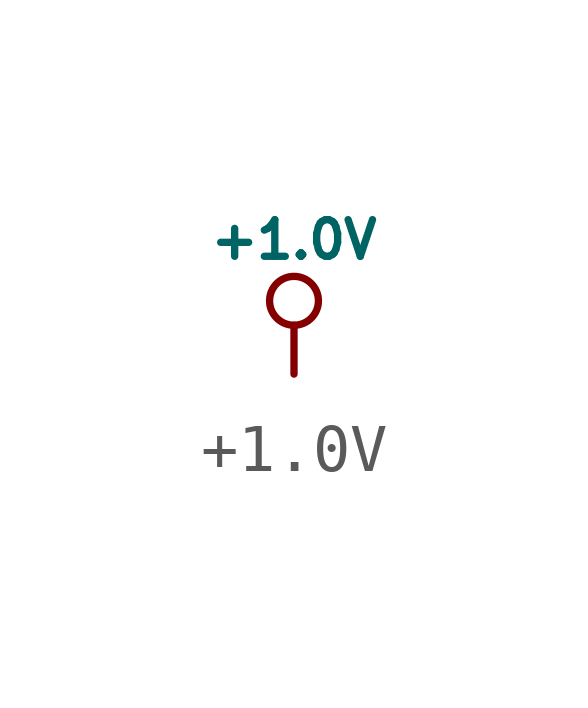
<source format=kicad_sym>
(kicad_symbol_lib
  (version 20231120)
  (generator "kicad_symbol_editor")
  (generator_version "8.0")
  (symbol "+1.0V"
    (power)
    (pin_names
      (offset 0))
    (property "Reference" "#PWR"
      (at 0 -1.016 0)
      (effects (font (size 0.762 0.762)) (hide yes)))
    (property "Value" "+1.0V"
      (at 0 2.794 0)
      (effects (font (size 0.762 0.762))))
    (symbol "+1.0V_0_0"
      (pin power_in line (at 0 0 90) (length 0) hide (name "+1.0V" (effects (font (size 0.762 0.762)))) (number "1" (effects (font (size 0.762 0.762))))))
    (symbol "+1.0V_0_1"
      (polyline (pts (xy 0 0) (xy 0 1.016) (xy 0 1.016)) (stroke (width 0) (type solid)) (fill (type none)))
      (circle (center 0 1.524) (radius 0.508) (stroke (width 0) (type solid)) (fill (type none))))))
</source>
